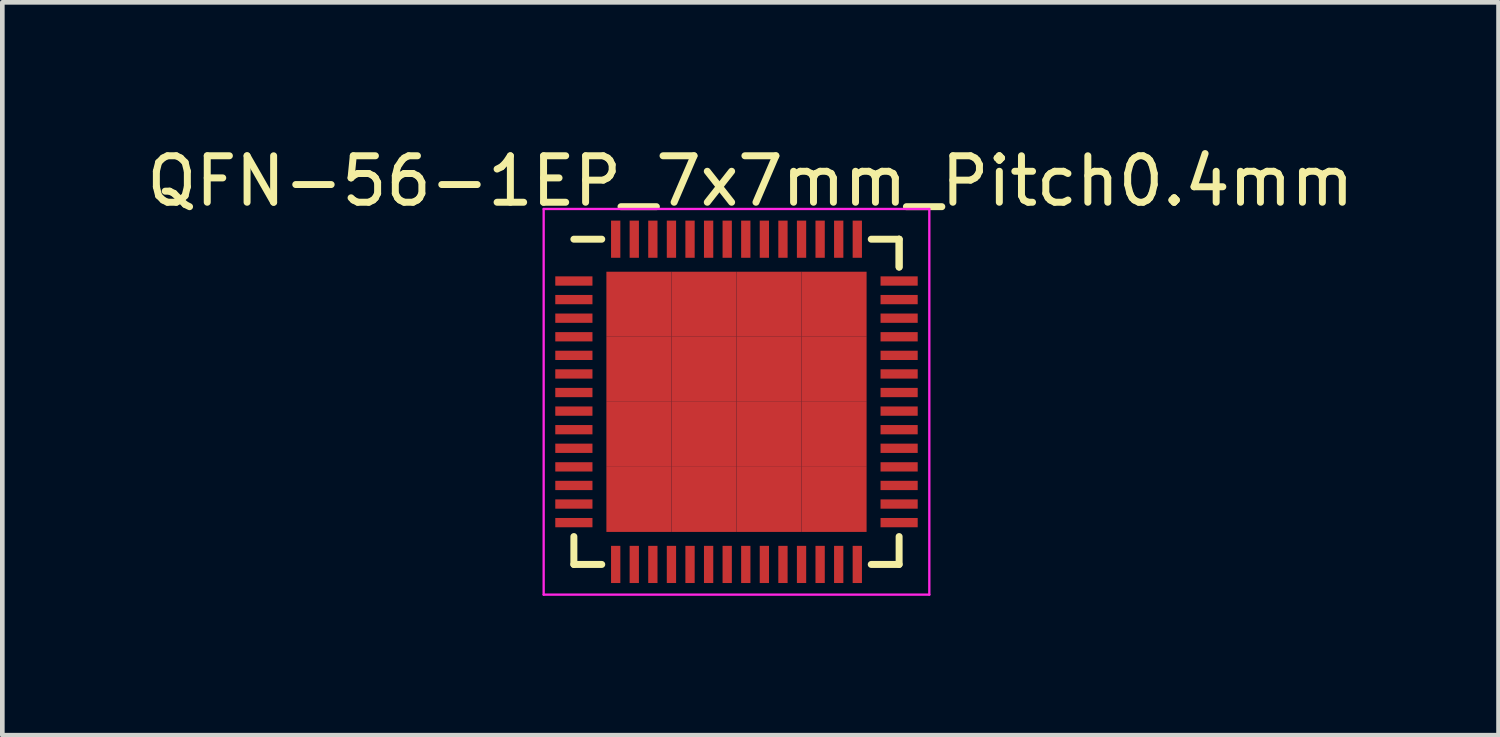
<source format=kicad_pcb>
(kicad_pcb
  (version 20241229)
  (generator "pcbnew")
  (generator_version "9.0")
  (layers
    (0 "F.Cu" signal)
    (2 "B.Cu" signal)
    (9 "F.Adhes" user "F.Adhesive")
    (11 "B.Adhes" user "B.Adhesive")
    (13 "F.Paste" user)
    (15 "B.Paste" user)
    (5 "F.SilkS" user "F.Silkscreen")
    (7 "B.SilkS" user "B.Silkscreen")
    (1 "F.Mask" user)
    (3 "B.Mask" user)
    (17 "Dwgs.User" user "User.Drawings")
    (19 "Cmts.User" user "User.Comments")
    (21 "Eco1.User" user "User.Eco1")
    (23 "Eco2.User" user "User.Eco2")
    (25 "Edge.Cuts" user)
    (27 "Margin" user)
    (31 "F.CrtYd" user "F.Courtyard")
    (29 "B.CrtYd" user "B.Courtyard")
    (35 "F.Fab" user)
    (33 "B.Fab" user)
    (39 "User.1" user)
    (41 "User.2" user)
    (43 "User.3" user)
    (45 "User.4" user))
  (footprint "QFN-56-1EP_7x7mm_Pitch0.4mm"
    (layer "F.Cu")
    (at 12.801 5.598)
    (property "Reference" "QFN-56-1EP_7x7mm_Pitch0.4mm" (at 0.3 -4.75 0) (layer "F.SilkS") (effects (font (size 1 1) (thickness 0.15))))
    (attr smd)
    (fp_line (start -3.5 -3.5) (end -2.9 -3.5) (stroke (width 0.15) (type solid)) (layer "F.SilkS"))
    (fp_line (start -3.5 2.9) (end -3.5 3.5) (stroke (width 0.15) (type solid)) (layer "F.SilkS"))
    (fp_line (start -3.5 3.5) (end -2.9 3.5) (stroke (width 0.15) (type solid)) (layer "F.SilkS"))
    (fp_line (start 3.5 -3.5) (end 2.9 -3.5) (stroke (width 0.15) (type solid)) (layer "F.SilkS"))
    (fp_line (start 3.5 -3.5) (end 3.5 -2.9) (stroke (width 0.15) (type solid)) (layer "F.SilkS"))
    (fp_line (start 3.5 -3.5) (end 3.5 -2.9) (stroke (width 0.15) (type solid)) (layer "F.SilkS"))
    (fp_line (start 3.5 2.9) (end 3.5 3.5) (stroke (width 0.15) (type solid)) (layer "F.SilkS"))
    (fp_line (start 3.5 3.5) (end 2.9 3.5) (stroke (width 0.15) (type solid)) (layer "F.SilkS"))
    (fp_line (start -4.15 -4.15) (end -4.15 4.15) (stroke (width 0.05) (type solid)) (layer "F.CrtYd"))
    (fp_line (start -4.15 -4.15) (end 4.15 -4.15) (stroke (width 0.05) (type solid)) (layer "F.CrtYd"))
    (fp_line (start -4.15 4.15) (end 4.15 4.15) (stroke (width 0.05) (type solid)) (layer "F.CrtYd"))
    (fp_line (start 4.15 -4.15) (end 4.15 4.15) (stroke (width 0.05) (type solid)) (layer "F.CrtYd"))
    (pad "1" smd rect (at -3.5 -2.6) (size 0.8 0.2) (layers "F.Cu" "F.Mask" "F.Paste"))
    (pad "2" smd rect (at -3.5 -2.2) (size 0.8 0.2) (layers "F.Cu" "F.Mask" "F.Paste"))
    (pad "3" smd rect (at -3.5 -1.8) (size 0.8 0.2) (layers "F.Cu" "F.Mask" "F.Paste"))
    (pad "4" smd rect (at -3.5 -1.4) (size 0.8 0.2) (layers "F.Cu" "F.Mask" "F.Paste"))
    (pad "5" smd rect (at -3.5 -1) (size 0.8 0.2) (layers "F.Cu" "F.Mask" "F.Paste"))
    (pad "6" smd rect (at -3.5 -0.6) (size 0.8 0.2) (layers "F.Cu" "F.Mask" "F.Paste"))
    (pad "7" smd rect (at -3.5 -0.2) (size 0.8 0.2) (layers "F.Cu" "F.Mask" "F.Paste"))
    (pad "8" smd rect (at -3.5 0.2) (size 0.8 0.2) (layers "F.Cu" "F.Mask" "F.Paste"))
    (pad "9" smd rect (at -3.5 0.6) (size 0.8 0.2) (layers "F.Cu" "F.Mask" "F.Paste"))
    (pad "10" smd rect (at -3.5 1) (size 0.8 0.2) (layers "F.Cu" "F.Mask" "F.Paste"))
    (pad "11" smd rect (at -3.5 1.4) (size 0.8 0.2) (layers "F.Cu" "F.Mask" "F.Paste"))
    (pad "12" smd rect (at -3.5 1.8) (size 0.8 0.2) (layers "F.Cu" "F.Mask" "F.Paste"))
    (pad "13" smd rect (at -3.5 2.2) (size 0.8 0.2) (layers "F.Cu" "F.Mask" "F.Paste"))
    (pad "14" smd rect (at -3.5 2.6) (size 0.8 0.2) (layers "F.Cu" "F.Mask" "F.Paste"))
    (pad "15" smd rect (at -2.6 3.5 90) (size 0.8 0.2) (layers "F.Cu" "F.Mask" "F.Paste"))
    (pad "16" smd rect (at -2.2 3.5 90) (size 0.8 0.2) (layers "F.Cu" "F.Mask" "F.Paste"))
    (pad "17" smd rect (at -1.8 3.5 90) (size 0.8 0.2) (layers "F.Cu" "F.Mask" "F.Paste"))
    (pad "18" smd rect (at -1.4 3.5 90) (size 0.8 0.2) (layers "F.Cu" "F.Mask" "F.Paste"))
    (pad "19" smd rect (at -1 3.5 90) (size 0.8 0.2) (layers "F.Cu" "F.Mask" "F.Paste"))
    (pad "20" smd rect (at -0.6 3.5 90) (size 0.8 0.2) (layers "F.Cu" "F.Mask" "F.Paste"))
    (pad "21" smd rect (at -0.2 3.5 90) (size 0.8 0.2) (layers "F.Cu" "F.Mask" "F.Paste"))
    (pad "22" smd rect (at 0.2 3.5 90) (size 0.8 0.2) (layers "F.Cu" "F.Mask" "F.Paste"))
    (pad "23" smd rect (at 0.6 3.5 90) (size 0.8 0.2) (layers "F.Cu" "F.Mask" "F.Paste"))
    (pad "24" smd rect (at 1 3.5 90) (size 0.8 0.2) (layers "F.Cu" "F.Mask" "F.Paste"))
    (pad "25" smd rect (at 1.4 3.5 90) (size 0.8 0.2) (layers "F.Cu" "F.Mask" "F.Paste"))
    (pad "26" smd rect (at 1.8 3.5 90) (size 0.8 0.2) (layers "F.Cu" "F.Mask" "F.Paste"))
    (pad "27" smd rect (at 2.2 3.5 90) (size 0.8 0.2) (layers "F.Cu" "F.Mask" "F.Paste"))
    (pad "28" smd rect (at 2.6 3.5 90) (size 0.8 0.2) (layers "F.Cu" "F.Mask" "F.Paste"))
    (pad "29" smd rect (at 3.5 2.6) (size 0.8 0.2) (layers "F.Cu" "F.Mask" "F.Paste"))
    (pad "30" smd rect (at 3.5 2.2) (size 0.8 0.2) (layers "F.Cu" "F.Mask" "F.Paste"))
    (pad "31" smd rect (at 3.5 1.8) (size 0.8 0.2) (layers "F.Cu" "F.Mask" "F.Paste"))
    (pad "32" smd rect (at 3.5 1.4) (size 0.8 0.2) (layers "F.Cu" "F.Mask" "F.Paste"))
    (pad "33" smd rect (at 3.5 1) (size 0.8 0.2) (layers "F.Cu" "F.Mask" "F.Paste"))
    (pad "34" smd rect (at 3.5 0.6) (size 0.8 0.2) (layers "F.Cu" "F.Mask" "F.Paste"))
    (pad "35" smd rect (at 3.5 0.2) (size 0.8 0.2) (layers "F.Cu" "F.Mask" "F.Paste"))
    (pad "36" smd rect (at 3.5 -0.2) (size 0.8 0.2) (layers "F.Cu" "F.Mask" "F.Paste"))
    (pad "37" smd rect (at 3.5 -0.6) (size 0.8 0.2) (layers "F.Cu" "F.Mask" "F.Paste"))
    (pad "38" smd rect (at 3.5 -1) (size 0.8 0.2) (layers "F.Cu" "F.Mask" "F.Paste"))
    (pad "39" smd rect (at 3.5 -1.4) (size 0.8 0.2) (layers "F.Cu" "F.Mask" "F.Paste"))
    (pad "40" smd rect (at 3.5 -1.8) (size 0.8 0.2) (layers "F.Cu" "F.Mask" "F.Paste"))
    (pad "41" smd rect (at 3.5 -2.2) (size 0.8 0.2) (layers "F.Cu" "F.Mask" "F.Paste"))
    (pad "42" smd rect (at 3.5 -2.6) (size 0.8 0.2) (layers "F.Cu" "F.Mask" "F.Paste"))
    (pad "43" smd rect (at 2.6 -3.5 90) (size 0.8 0.2) (layers "F.Cu" "F.Mask" "F.Paste"))
    (pad "44" smd rect (at 2.2 -3.5 90) (size 0.8 0.2) (layers "F.Cu" "F.Mask" "F.Paste"))
    (pad "45" smd rect (at 1.8 -3.5 90) (size 0.8 0.2) (layers "F.Cu" "F.Mask" "F.Paste"))
    (pad "46" smd rect (at 1.4 -3.5 90) (size 0.8 0.2) (layers "F.Cu" "F.Mask" "F.Paste"))
    (pad "47" smd rect (at 1 -3.5 90) (size 0.8 0.2) (layers "F.Cu" "F.Mask" "F.Paste"))
    (pad "48" smd rect (at 0.6 -3.5 90) (size 0.8 0.2) (layers "F.Cu" "F.Mask" "F.Paste"))
    (pad "49" smd rect (at 0.2 -3.5 90) (size 0.8 0.2) (layers "F.Cu" "F.Mask" "F.Paste"))
    (pad "50" smd rect (at -0.2 -3.5 90) (size 0.8 0.2) (layers "F.Cu" "F.Mask" "F.Paste"))
    (pad "51" smd rect (at -0.6 -3.5 90) (size 0.8 0.2) (layers "F.Cu" "F.Mask" "F.Paste"))
    (pad "52" smd rect (at -1 -3.5 90) (size 0.8 0.2) (layers "F.Cu" "F.Mask" "F.Paste"))
    (pad "53" smd rect (at -1.4 -3.5 90) (size 0.8 0.2) (layers "F.Cu" "F.Mask" "F.Paste"))
    (pad "54" smd rect (at -1.8 -3.5 90) (size 0.8 0.2) (layers "F.Cu" "F.Mask" "F.Paste"))
    (pad "55" smd rect (at -2.2 -3.5 90) (size 0.8 0.2) (layers "F.Cu" "F.Mask" "F.Paste"))
    (pad "56" smd rect (at -2.6 -3.5 90) (size 0.8 0.2) (layers "F.Cu" "F.Mask" "F.Paste"))
    (pad "57" smd rect (at -2.1 -2.1) (size 1.4 1.4) (layers "F.Cu" "F.Mask" "F.Paste"))
    (pad "57" smd rect (at -2.1 -0.7) (size 1.4 1.4) (layers "F.Cu" "F.Mask" "F.Paste"))
    (pad "57" smd rect (at -2.1 0.7) (size 1.4 1.4) (layers "F.Cu" "F.Mask" "F.Paste"))
    (pad "57" smd rect (at -2.1 2.1) (size 1.4 1.4) (layers "F.Cu" "F.Mask" "F.Paste"))
    (pad "57" smd rect (at -0.7 -2.1) (size 1.4 1.4) (layers "F.Cu" "F.Mask" "F.Paste"))
    (pad "57" smd rect (at -0.7 -0.7) (size 1.4 1.4) (layers "F.Cu" "F.Mask" "F.Paste"))
    (pad "57" smd rect (at -0.7 0.7) (size 1.4 1.4) (layers "F.Cu" "F.Mask" "F.Paste"))
    (pad "57" smd rect (at -0.7 2.1) (size 1.4 1.4) (layers "F.Cu" "F.Mask" "F.Paste"))
    (pad "57" smd rect (at 0.7 -2.1) (size 1.4 1.4) (layers "F.Cu" "F.Mask" "F.Paste"))
    (pad "57" smd rect (at 0.7 -0.7) (size 1.4 1.4) (layers "F.Cu" "F.Mask" "F.Paste"))
    (pad "57" smd rect (at 0.7 0.7) (size 1.4 1.4) (layers "F.Cu" "F.Mask" "F.Paste"))
    (pad "57" smd rect (at 0.7 2.1) (size 1.4 1.4) (layers "F.Cu" "F.Mask" "F.Paste"))
    (pad "57" smd rect (at 2.1 -2.1) (size 1.4 1.4) (layers "F.Cu" "F.Mask" "F.Paste"))
    (pad "57" smd rect (at 2.1 -0.7) (size 1.4 1.4) (layers "F.Cu" "F.Mask" "F.Paste"))
    (pad "57" smd rect (at 2.1 0.7) (size 1.4 1.4) (layers "F.Cu" "F.Mask" "F.Paste"))
    (pad "57" smd rect (at 2.1 2.1) (size 1.4 1.4) (layers "F.Cu" "F.Mask" "F.Paste")))
  (gr_rect
    (start -3 -3)
    (end 29.202 12.773)
    (stroke (width 0.1) (type default))
    (fill no)
    (layer "Edge.Cuts")))
</source>
